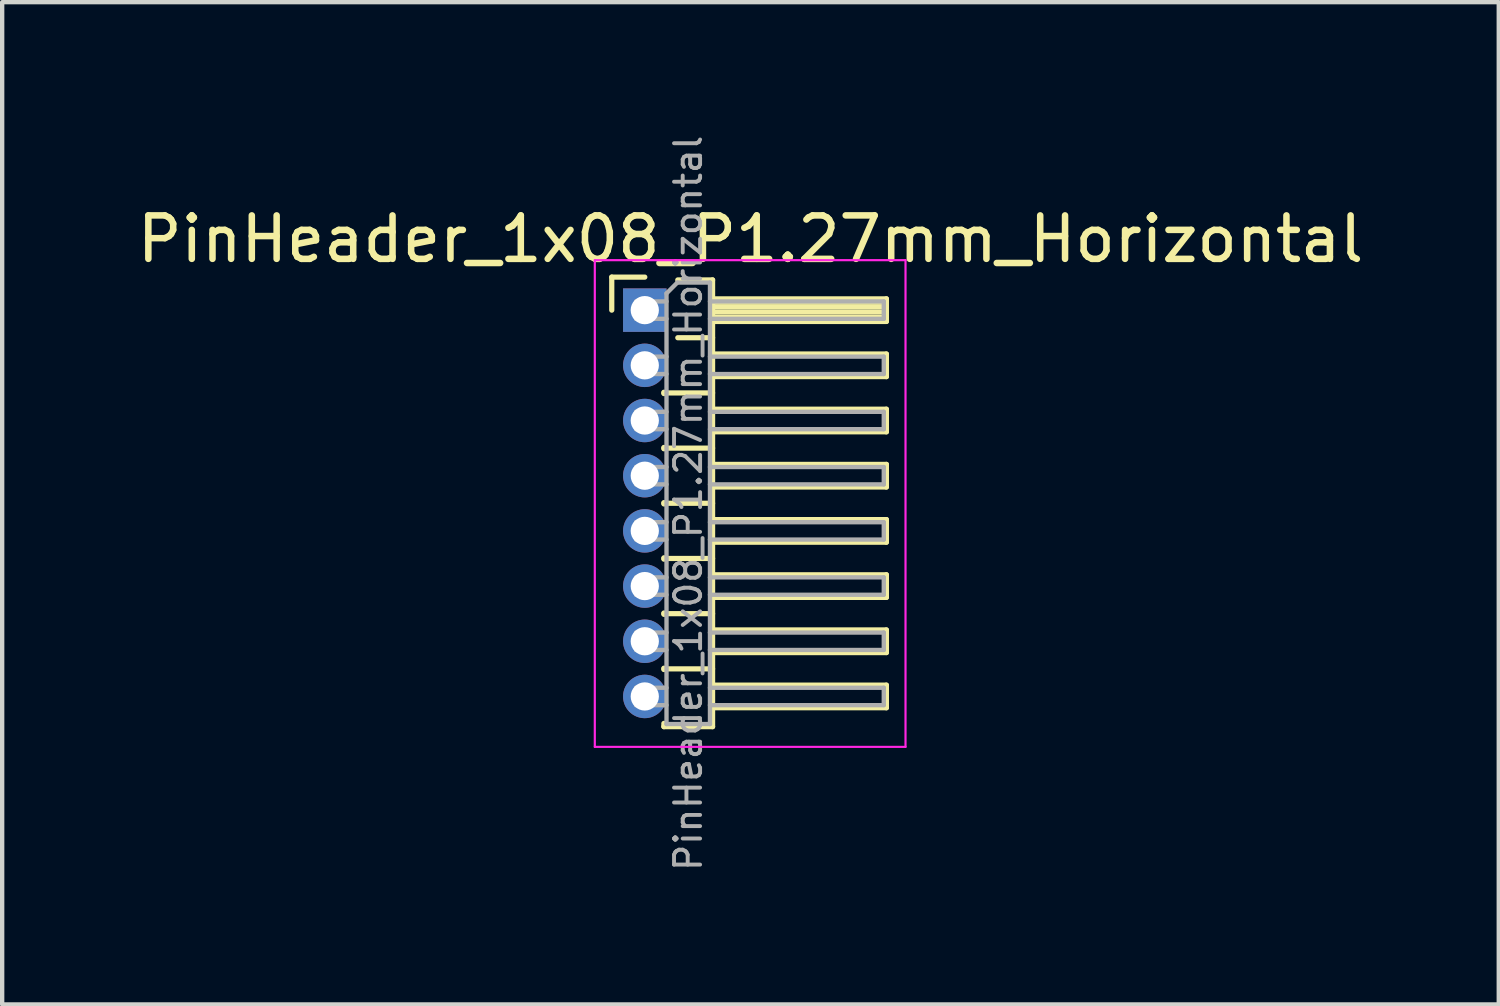
<source format=kicad_pcb>
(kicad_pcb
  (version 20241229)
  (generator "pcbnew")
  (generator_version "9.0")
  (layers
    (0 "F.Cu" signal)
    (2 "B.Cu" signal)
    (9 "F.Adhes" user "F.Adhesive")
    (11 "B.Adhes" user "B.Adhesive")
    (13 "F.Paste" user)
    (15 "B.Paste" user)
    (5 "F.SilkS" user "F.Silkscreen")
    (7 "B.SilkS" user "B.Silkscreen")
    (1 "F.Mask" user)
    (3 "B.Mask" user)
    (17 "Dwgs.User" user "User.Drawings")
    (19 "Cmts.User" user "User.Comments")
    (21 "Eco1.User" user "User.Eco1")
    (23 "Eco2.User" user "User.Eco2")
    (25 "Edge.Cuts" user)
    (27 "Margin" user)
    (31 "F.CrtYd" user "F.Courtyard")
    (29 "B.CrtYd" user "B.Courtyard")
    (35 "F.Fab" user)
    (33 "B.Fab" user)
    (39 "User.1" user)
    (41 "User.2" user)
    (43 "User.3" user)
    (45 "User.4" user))
  (footprint "PinHeader_1x08_P1.27mm_Horizontal"
    (layer "F.Cu")
    (at 11.788 4.087)
    (property "Reference" "PinHeader_1x08_P1.27mm_Horizontal" (at 2.433 -1.635 0) (layer "F.SilkS") (effects (font (size 1 1) (thickness 0.15))))
    (attr through_hole)
    (fp_line (start -0.76 -0.76) (end 0 -0.76) (stroke (width 0.12) (type solid)) (layer "F.SilkS"))
    (fp_line (start -0.76 0) (end -0.76 -0.76) (stroke (width 0.12) (type solid)) (layer "F.SilkS"))
    (fp_line (start 0.44 1.89) (end 0.44 1.92) (stroke (width 0.12) (type solid)) (layer "F.SilkS"))
    (fp_line (start 0.44 1.905) (end 1.56 1.905) (stroke (width 0.12) (type solid)) (layer "F.SilkS"))
    (fp_line (start 0.44 3.16) (end 0.44 3.19) (stroke (width 0.12) (type solid)) (layer "F.SilkS"))
    (fp_line (start 0.44 3.175) (end 1.56 3.175) (stroke (width 0.12) (type solid)) (layer "F.SilkS"))
    (fp_line (start 0.44 4.43) (end 0.44 4.46) (stroke (width 0.12) (type solid)) (layer "F.SilkS"))
    (fp_line (start 0.44 4.445) (end 1.56 4.445) (stroke (width 0.12) (type solid)) (layer "F.SilkS"))
    (fp_line (start 0.44 5.7) (end 0.44 5.73) (stroke (width 0.12) (type solid)) (layer "F.SilkS"))
    (fp_line (start 0.44 5.715) (end 1.56 5.715) (stroke (width 0.12) (type solid)) (layer "F.SilkS"))
    (fp_line (start 0.44 6.97) (end 0.44 7) (stroke (width 0.12) (type solid)) (layer "F.SilkS"))
    (fp_line (start 0.44 6.985) (end 1.56 6.985) (stroke (width 0.12) (type solid)) (layer "F.SilkS"))
    (fp_line (start 0.44 8.24) (end 0.44 8.27) (stroke (width 0.12) (type solid)) (layer "F.SilkS"))
    (fp_line (start 0.44 8.255) (end 1.56 8.255) (stroke (width 0.12) (type solid)) (layer "F.SilkS"))
    (fp_line (start 0.44 9.585) (end 0.44 9.51) (stroke (width 0.12) (type solid)) (layer "F.SilkS"))
    (fp_line (start 0.76 -0.695) (end 1.56 -0.695) (stroke (width 0.12) (type solid)) (layer "F.SilkS"))
    (fp_line (start 0.76 0.635) (end 1.56 0.635) (stroke (width 0.12) (type solid)) (layer "F.SilkS"))
    (fp_line (start 1.56 -0.695) (end 1.56 9.585) (stroke (width 0.12) (type solid)) (layer "F.SilkS"))
    (fp_line (start 1.56 -0.26) (end 5.56 -0.26) (stroke (width 0.12) (type solid)) (layer "F.SilkS"))
    (fp_line (start 1.56 -0.2) (end 5.56 -0.2) (stroke (width 0.12) (type solid)) (layer "F.SilkS"))
    (fp_line (start 1.56 -0.08) (end 5.56 -0.08) (stroke (width 0.12) (type solid)) (layer "F.SilkS"))
    (fp_line (start 1.56 0.04) (end 5.56 0.04) (stroke (width 0.12) (type solid)) (layer "F.SilkS"))
    (fp_line (start 1.56 0.16) (end 5.56 0.16) (stroke (width 0.12) (type solid)) (layer "F.SilkS"))
    (fp_line (start 1.56 1.01) (end 5.56 1.01) (stroke (width 0.12) (type solid)) (layer "F.SilkS"))
    (fp_line (start 1.56 2.28) (end 5.56 2.28) (stroke (width 0.12) (type solid)) (layer "F.SilkS"))
    (fp_line (start 1.56 3.55) (end 5.56 3.55) (stroke (width 0.12) (type solid)) (layer "F.SilkS"))
    (fp_line (start 1.56 4.82) (end 5.56 4.82) (stroke (width 0.12) (type solid)) (layer "F.SilkS"))
    (fp_line (start 1.56 6.09) (end 5.56 6.09) (stroke (width 0.12) (type solid)) (layer "F.SilkS"))
    (fp_line (start 1.56 7.36) (end 5.56 7.36) (stroke (width 0.12) (type solid)) (layer "F.SilkS"))
    (fp_line (start 1.56 8.63) (end 5.56 8.63) (stroke (width 0.12) (type solid)) (layer "F.SilkS"))
    (fp_line (start 1.56 9.585) (end 0.44 9.585) (stroke (width 0.12) (type solid)) (layer "F.SilkS"))
    (fp_line (start 5.56 -0.26) (end 5.56 0.26) (stroke (width 0.12) (type solid)) (layer "F.SilkS"))
    (fp_line (start 5.56 0.26) (end 1.56 0.26) (stroke (width 0.12) (type solid)) (layer "F.SilkS"))
    (fp_line (start 5.56 1.01) (end 5.56 1.53) (stroke (width 0.12) (type solid)) (layer "F.SilkS"))
    (fp_line (start 5.56 1.53) (end 1.56 1.53) (stroke (width 0.12) (type solid)) (layer "F.SilkS"))
    (fp_line (start 5.56 2.28) (end 5.56 2.8) (stroke (width 0.12) (type solid)) (layer "F.SilkS"))
    (fp_line (start 5.56 2.8) (end 1.56 2.8) (stroke (width 0.12) (type solid)) (layer "F.SilkS"))
    (fp_line (start 5.56 3.55) (end 5.56 4.07) (stroke (width 0.12) (type solid)) (layer "F.SilkS"))
    (fp_line (start 5.56 4.07) (end 1.56 4.07) (stroke (width 0.12) (type solid)) (layer "F.SilkS"))
    (fp_line (start 5.56 4.82) (end 5.56 5.34) (stroke (width 0.12) (type solid)) (layer "F.SilkS"))
    (fp_line (start 5.56 5.34) (end 1.56 5.34) (stroke (width 0.12) (type solid)) (layer "F.SilkS"))
    (fp_line (start 5.56 6.09) (end 5.56 6.61) (stroke (width 0.12) (type solid)) (layer "F.SilkS"))
    (fp_line (start 5.56 6.61) (end 1.56 6.61) (stroke (width 0.12) (type solid)) (layer "F.SilkS"))
    (fp_line (start 5.56 7.36) (end 5.56 7.88) (stroke (width 0.12) (type solid)) (layer "F.SilkS"))
    (fp_line (start 5.56 7.88) (end 1.56 7.88) (stroke (width 0.12) (type solid)) (layer "F.SilkS"))
    (fp_line (start 5.56 8.63) (end 5.56 9.15) (stroke (width 0.12) (type solid)) (layer "F.SilkS"))
    (fp_line (start 5.56 9.15) (end 1.56 9.15) (stroke (width 0.12) (type solid)) (layer "F.SilkS"))
    (fp_line (start -1.15 -1.15) (end -1.15 10.05) (stroke (width 0.05) (type solid)) (layer "F.CrtYd"))
    (fp_line (start -1.15 10.05) (end 6 10.05) (stroke (width 0.05) (type solid)) (layer "F.CrtYd"))
    (fp_line (start 6 -1.15) (end -1.15 -1.15) (stroke (width 0.05) (type solid)) (layer "F.CrtYd"))
    (fp_line (start 6 10.05) (end 6 -1.15) (stroke (width 0.05) (type solid)) (layer "F.CrtYd"))
    (fp_line (start -0.2 -0.2) (end -0.2 0.2) (stroke (width 0.1) (type solid)) (layer "F.Fab"))
    (fp_line (start -0.2 -0.2) (end 0.5 -0.2) (stroke (width 0.1) (type solid)) (layer "F.Fab"))
    (fp_line (start -0.2 0.2) (end 0.5 0.2) (stroke (width 0.1) (type solid)) (layer "F.Fab"))
    (fp_line (start -0.2 1.07) (end -0.2 1.47) (stroke (width 0.1) (type solid)) (layer "F.Fab"))
    (fp_line (start -0.2 1.07) (end 0.5 1.07) (stroke (width 0.1) (type solid)) (layer "F.Fab"))
    (fp_line (start -0.2 1.47) (end 0.5 1.47) (stroke (width 0.1) (type solid)) (layer "F.Fab"))
    (fp_line (start -0.2 2.34) (end -0.2 2.74) (stroke (width 0.1) (type solid)) (layer "F.Fab"))
    (fp_line (start -0.2 2.34) (end 0.5 2.34) (stroke (width 0.1) (type solid)) (layer "F.Fab"))
    (fp_line (start -0.2 2.74) (end 0.5 2.74) (stroke (width 0.1) (type solid)) (layer "F.Fab"))
    (fp_line (start -0.2 3.61) (end -0.2 4.01) (stroke (width 0.1) (type solid)) (layer "F.Fab"))
    (fp_line (start -0.2 3.61) (end 0.5 3.61) (stroke (width 0.1) (type solid)) (layer "F.Fab"))
    (fp_line (start -0.2 4.01) (end 0.5 4.01) (stroke (width 0.1) (type solid)) (layer "F.Fab"))
    (fp_line (start -0.2 4.88) (end -0.2 5.28) (stroke (width 0.1) (type solid)) (layer "F.Fab"))
    (fp_line (start -0.2 4.88) (end 0.5 4.88) (stroke (width 0.1) (type solid)) (layer "F.Fab"))
    (fp_line (start -0.2 5.28) (end 0.5 5.28) (stroke (width 0.1) (type solid)) (layer "F.Fab"))
    (fp_line (start -0.2 6.15) (end -0.2 6.55) (stroke (width 0.1) (type solid)) (layer "F.Fab"))
    (fp_line (start -0.2 6.15) (end 0.5 6.15) (stroke (width 0.1) (type solid)) (layer "F.Fab"))
    (fp_line (start -0.2 6.55) (end 0.5 6.55) (stroke (width 0.1) (type solid)) (layer "F.Fab"))
    (fp_line (start -0.2 7.42) (end -0.2 7.82) (stroke (width 0.1) (type solid)) (layer "F.Fab"))
    (fp_line (start -0.2 7.42) (end 0.5 7.42) (stroke (width 0.1) (type solid)) (layer "F.Fab"))
    (fp_line (start -0.2 7.82) (end 0.5 7.82) (stroke (width 0.1) (type solid)) (layer "F.Fab"))
    (fp_line (start -0.2 8.69) (end -0.2 9.09) (stroke (width 0.1) (type solid)) (layer "F.Fab"))
    (fp_line (start -0.2 8.69) (end 0.5 8.69) (stroke (width 0.1) (type solid)) (layer "F.Fab"))
    (fp_line (start -0.2 9.09) (end 0.5 9.09) (stroke (width 0.1) (type solid)) (layer "F.Fab"))
    (fp_line (start 0.5 -0.385) (end 0.75 -0.635) (stroke (width 0.1) (type solid)) (layer "F.Fab"))
    (fp_line (start 0.5 9.525) (end 0.5 -0.385) (stroke (width 0.1) (type solid)) (layer "F.Fab"))
    (fp_line (start 0.75 -0.635) (end 1.5 -0.635) (stroke (width 0.1) (type solid)) (layer "F.Fab"))
    (fp_line (start 1.5 -0.635) (end 1.5 9.525) (stroke (width 0.1) (type solid)) (layer "F.Fab"))
    (fp_line (start 1.5 -0.2) (end 5.5 -0.2) (stroke (width 0.1) (type solid)) (layer "F.Fab"))
    (fp_line (start 1.5 0.2) (end 5.5 0.2) (stroke (width 0.1) (type solid)) (layer "F.Fab"))
    (fp_line (start 1.5 1.07) (end 5.5 1.07) (stroke (width 0.1) (type solid)) (layer "F.Fab"))
    (fp_line (start 1.5 1.47) (end 5.5 1.47) (stroke (width 0.1) (type solid)) (layer "F.Fab"))
    (fp_line (start 1.5 2.34) (end 5.5 2.34) (stroke (width 0.1) (type solid)) (layer "F.Fab"))
    (fp_line (start 1.5 2.74) (end 5.5 2.74) (stroke (width 0.1) (type solid)) (layer "F.Fab"))
    (fp_line (start 1.5 3.61) (end 5.5 3.61) (stroke (width 0.1) (type solid)) (layer "F.Fab"))
    (fp_line (start 1.5 4.01) (end 5.5 4.01) (stroke (width 0.1) (type solid)) (layer "F.Fab"))
    (fp_line (start 1.5 4.88) (end 5.5 4.88) (stroke (width 0.1) (type solid)) (layer "F.Fab"))
    (fp_line (start 1.5 5.28) (end 5.5 5.28) (stroke (width 0.1) (type solid)) (layer "F.Fab"))
    (fp_line (start 1.5 6.15) (end 5.5 6.15) (stroke (width 0.1) (type solid)) (layer "F.Fab"))
    (fp_line (start 1.5 6.55) (end 5.5 6.55) (stroke (width 0.1) (type solid)) (layer "F.Fab"))
    (fp_line (start 1.5 7.42) (end 5.5 7.42) (stroke (width 0.1) (type solid)) (layer "F.Fab"))
    (fp_line (start 1.5 7.82) (end 5.5 7.82) (stroke (width 0.1) (type solid)) (layer "F.Fab"))
    (fp_line (start 1.5 8.69) (end 5.5 8.69) (stroke (width 0.1) (type solid)) (layer "F.Fab"))
    (fp_line (start 1.5 9.09) (end 5.5 9.09) (stroke (width 0.1) (type solid)) (layer "F.Fab"))
    (fp_line (start 1.5 9.525) (end 0.5 9.525) (stroke (width 0.1) (type solid)) (layer "F.Fab"))
    (fp_line (start 5.5 -0.2) (end 5.5 0.2) (stroke (width 0.1) (type solid)) (layer "F.Fab"))
    (fp_line (start 5.5 1.07) (end 5.5 1.47) (stroke (width 0.1) (type solid)) (layer "F.Fab"))
    (fp_line (start 5.5 2.34) (end 5.5 2.74) (stroke (width 0.1) (type solid)) (layer "F.Fab"))
    (fp_line (start 5.5 3.61) (end 5.5 4.01) (stroke (width 0.1) (type solid)) (layer "F.Fab"))
    (fp_line (start 5.5 4.88) (end 5.5 5.28) (stroke (width 0.1) (type solid)) (layer "F.Fab"))
    (fp_line (start 5.5 6.15) (end 5.5 6.55) (stroke (width 0.1) (type solid)) (layer "F.Fab"))
    (fp_line (start 5.5 7.42) (end 5.5 7.82) (stroke (width 0.1) (type solid)) (layer "F.Fab"))
    (fp_line (start 5.5 8.69) (end 5.5 9.09) (stroke (width 0.1) (type solid)) (layer "F.Fab"))
    (fp_text user "${REFERENCE}" (at 1 4.445 90) (layer "F.Fab") (effects (font (size 0.6 0.6) (thickness 0.09))))
    (pad "1" thru_hole rect (at 0 0) (size 1 1) (drill 0.65) (layers "*.Cu" "*.Mask"))
    (pad "2" thru_hole oval (at 0 1.27) (size 1 1) (drill 0.65) (layers "*.Cu" "*.Mask"))
    (pad "3" thru_hole oval (at 0 2.54) (size 1 1) (drill 0.65) (layers "*.Cu" "*.Mask"))
    (pad "4" thru_hole oval (at 0 3.81) (size 1 1) (drill 0.65) (layers "*.Cu" "*.Mask"))
    (pad "5" thru_hole oval (at 0 5.08) (size 1 1) (drill 0.65) (layers "*.Cu" "*.Mask"))
    (pad "6" thru_hole oval (at 0 6.35) (size 1 1) (drill 0.65) (layers "*.Cu" "*.Mask"))
    (pad "7" thru_hole oval (at 0 7.62) (size 1 1) (drill 0.65) (layers "*.Cu" "*.Mask"))
    (pad "8" thru_hole oval (at 0 8.89) (size 1 1) (drill 0.65) (layers "*.Cu" "*.Mask")))
  (gr_rect
    (start -3 -3)
    (end 31.44 20.064)
    (stroke (width 0.1) (type default))
    (fill no)
    (layer "Edge.Cuts")))
</source>
